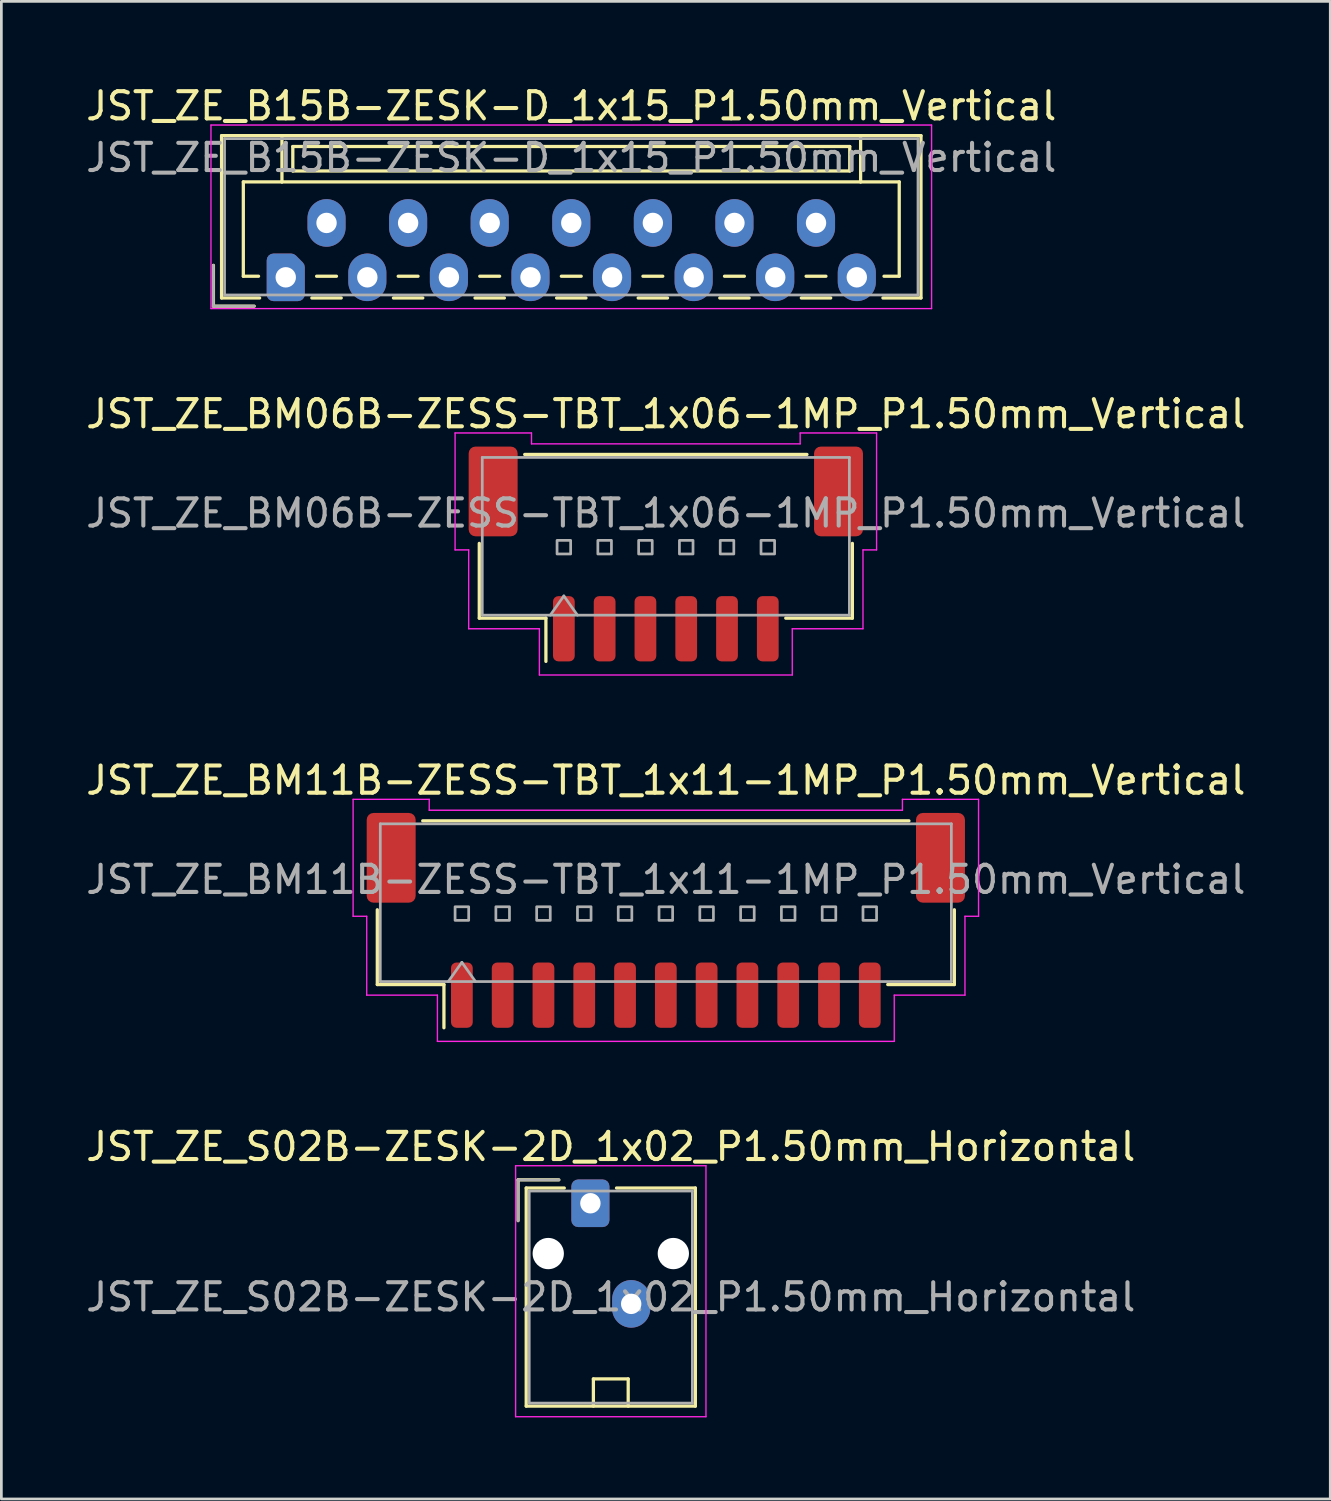
<source format=kicad_pcb>
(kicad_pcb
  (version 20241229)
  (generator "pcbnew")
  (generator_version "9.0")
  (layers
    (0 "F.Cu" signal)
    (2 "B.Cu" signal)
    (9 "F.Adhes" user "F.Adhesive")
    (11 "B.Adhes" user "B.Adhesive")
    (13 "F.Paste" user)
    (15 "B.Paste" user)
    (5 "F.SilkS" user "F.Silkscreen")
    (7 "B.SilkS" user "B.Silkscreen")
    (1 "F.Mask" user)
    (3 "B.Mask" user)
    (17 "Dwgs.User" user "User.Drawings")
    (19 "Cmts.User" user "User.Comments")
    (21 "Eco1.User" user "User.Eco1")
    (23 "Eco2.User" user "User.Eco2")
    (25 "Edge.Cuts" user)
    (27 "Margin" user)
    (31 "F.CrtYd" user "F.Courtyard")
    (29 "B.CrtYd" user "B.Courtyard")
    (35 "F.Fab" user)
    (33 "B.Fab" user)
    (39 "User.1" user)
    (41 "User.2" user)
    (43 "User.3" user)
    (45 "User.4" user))
  (footprint "JST_ZE_S02B-ZESK-2D_1x02_P1.50mm_Horizontal"
    (layer "F.Cu")
    (at 18.661 41.198)
    (property "Reference" "JST_ZE_S02B-ZESK-2D_1x02_P1.50mm_Horizontal" (at 0.75 -2.08 0) (layer "F.SilkS") (effects (font (size 1 1) (thickness 0.15))))
    (attr through_hole)
    (fp_line (start -2.66 -0.86) (end -1.16 -0.86) (stroke (width 0.12) (type solid)) (layer "F.SilkS"))
    (fp_line (start -2.66 0.64) (end -2.66 -0.86) (stroke (width 0.12) (type solid)) (layer "F.SilkS"))
    (fp_line (start -2.36 -0.56) (end -2.36 7.46) (stroke (width 0.12) (type solid)) (layer "F.SilkS"))
    (fp_line (start -2.36 7.46) (end 3.86 7.46) (stroke (width 0.12) (type solid)) (layer "F.SilkS"))
    (fp_line (start -0.96 -0.56) (end -2.36 -0.56) (stroke (width 0.12) (type solid)) (layer "F.SilkS"))
    (fp_line (start 0.11 6.46) (end 1.39 6.46) (stroke (width 0.12) (type solid)) (layer "F.SilkS"))
    (fp_line (start 0.11 7.46) (end 0.11 6.46) (stroke (width 0.12) (type solid)) (layer "F.SilkS"))
    (fp_line (start 1.39 6.46) (end 1.39 7.46) (stroke (width 0.12) (type solid)) (layer "F.SilkS"))
    (fp_line (start 3.86 -0.56) (end 0.96 -0.56) (stroke (width 0.12) (type solid)) (layer "F.SilkS"))
    (fp_line (start 3.86 7.46) (end 3.86 -0.56) (stroke (width 0.12) (type solid)) (layer "F.SilkS"))
    (fp_line (start -2.75 -1.38) (end -2.75 7.85) (stroke (width 0.05) (type solid)) (layer "F.CrtYd"))
    (fp_line (start -2.75 7.85) (end 4.25 7.85) (stroke (width 0.05) (type solid)) (layer "F.CrtYd"))
    (fp_line (start 4.25 -1.38) (end -2.75 -1.38) (stroke (width 0.05) (type solid)) (layer "F.CrtYd"))
    (fp_line (start 4.25 7.85) (end 4.25 -1.38) (stroke (width 0.05) (type solid)) (layer "F.CrtYd"))
    (fp_line (start -2.66 -0.86) (end -1.16 -0.86) (stroke (width 0.1) (type solid)) (layer "F.Fab"))
    (fp_line (start -2.66 0.64) (end -2.66 -0.86) (stroke (width 0.1) (type solid)) (layer "F.Fab"))
    (fp_line (start -2.25 -0.45) (end -2.25 7.35) (stroke (width 0.1) (type solid)) (layer "F.Fab"))
    (fp_line (start -2.25 7.35) (end 3.75 7.35) (stroke (width 0.1) (type solid)) (layer "F.Fab"))
    (fp_line (start 3.75 -0.45) (end -2.25 -0.45) (stroke (width 0.1) (type solid)) (layer "F.Fab"))
    (fp_line (start 3.75 7.35) (end 3.75 -0.45) (stroke (width 0.1) (type solid)) (layer "F.Fab"))
    (fp_text user "${REFERENCE}" (at 0.75 3.45 0) (layer "F.Fab") (effects (font (size 1 1) (thickness 0.15))))
    (pad "" np_thru_hole circle (at -1.55 1.85) (size 1.15 1.15) (drill 1.15) (layers "*.Cu" "*.Mask"))
    (pad "" np_thru_hole circle (at 3.05 1.85) (size 1.15 1.15) (drill 1.15) (layers "*.Cu" "*.Mask"))
    (pad "1" thru_hole roundrect (at 0 0) (size 1.4 1.75) (drill 0.75) (layers "*.Cu" "*.Mask") (roundrect_rratio 0.179))
    (pad "2" thru_hole oval (at 1.5 3.7) (size 1.4 1.75) (drill 0.75) (layers "*.Cu" "*.Mask")))
  (footprint "JST_ZE_B15B-ZESK-D_1x15_P1.50mm_Vertical"
    (layer "F.Cu")
    (at 7.458 7.148)
    (property "Reference" "JST_ZE_B15B-ZESK-D_1x15_P1.50mm_Vertical" (at 10.5 -6.3 0) (layer "F.SilkS") (effects (font (size 1 1) (thickness 0.15))))
    (attr through_hole)
    (fp_line (start -2.66 -0.44) (end -2.66 1.06) (stroke (width 0.12) (type solid)) (layer "F.SilkS"))
    (fp_line (start -2.66 1.06) (end -1.16 1.06) (stroke (width 0.12) (type solid)) (layer "F.SilkS"))
    (fp_line (start -2.36 -5.21) (end 23.36 -5.21) (stroke (width 0.12) (type solid)) (layer "F.SilkS"))
    (fp_line (start -2.36 0.76) (end -2.36 -5.21) (stroke (width 0.12) (type solid)) (layer "F.SilkS"))
    (fp_line (start -1.56 -3.51) (end -1.56 -0.04) (stroke (width 0.12) (type solid)) (layer "F.SilkS"))
    (fp_line (start -1.56 -0.04) (end -1 -0.04) (stroke (width 0.12) (type solid)) (layer "F.SilkS"))
    (fp_line (start -0.96 0.76) (end -2.36 0.76) (stroke (width 0.12) (type solid)) (layer "F.SilkS"))
    (fp_line (start -0.14 -5.21) (end -0.14 -3.51) (stroke (width 0.12) (type solid)) (layer "F.SilkS"))
    (fp_line (start -0.14 -3.51) (end -1.56 -3.51) (stroke (width 0.12) (type solid)) (layer "F.SilkS"))
    (fp_line (start -0.14 -3.51) (end 21.14 -3.51) (stroke (width 0.12) (type solid)) (layer "F.SilkS"))
    (fp_line (start 0.26 -4.81) (end 0.26 -3.91) (stroke (width 0.12) (type solid)) (layer "F.SilkS"))
    (fp_line (start 0.26 -3.91) (end 20.74 -3.91) (stroke (width 0.12) (type solid)) (layer "F.SilkS"))
    (fp_line (start 0.96 0.76) (end 2.04 0.76) (stroke (width 0.12) (type solid)) (layer "F.SilkS"))
    (fp_line (start 1.135 -0.04) (end 1.865 -0.04) (stroke (width 0.12) (type solid)) (layer "F.SilkS"))
    (fp_line (start 3.96 0.76) (end 5.04 0.76) (stroke (width 0.12) (type solid)) (layer "F.SilkS"))
    (fp_line (start 4.135 -0.04) (end 4.865 -0.04) (stroke (width 0.12) (type solid)) (layer "F.SilkS"))
    (fp_line (start 6.96 0.76) (end 8.04 0.76) (stroke (width 0.12) (type solid)) (layer "F.SilkS"))
    (fp_line (start 7.135 -0.04) (end 7.865 -0.04) (stroke (width 0.12) (type solid)) (layer "F.SilkS"))
    (fp_line (start 9.96 0.76) (end 11.04 0.76) (stroke (width 0.12) (type solid)) (layer "F.SilkS"))
    (fp_line (start 10.135 -0.04) (end 10.865 -0.04) (stroke (width 0.12) (type solid)) (layer "F.SilkS"))
    (fp_line (start 12.96 0.76) (end 14.04 0.76) (stroke (width 0.12) (type solid)) (layer "F.SilkS"))
    (fp_line (start 13.135 -0.04) (end 13.865 -0.04) (stroke (width 0.12) (type solid)) (layer "F.SilkS"))
    (fp_line (start 15.96 0.76) (end 17.04 0.76) (stroke (width 0.12) (type solid)) (layer "F.SilkS"))
    (fp_line (start 16.135 -0.04) (end 16.865 -0.04) (stroke (width 0.12) (type solid)) (layer "F.SilkS"))
    (fp_line (start 18.96 0.76) (end 20.04 0.76) (stroke (width 0.12) (type solid)) (layer "F.SilkS"))
    (fp_line (start 19.135 -0.04) (end 19.865 -0.04) (stroke (width 0.12) (type solid)) (layer "F.SilkS"))
    (fp_line (start 20.74 -4.81) (end 0.26 -4.81) (stroke (width 0.12) (type solid)) (layer "F.SilkS"))
    (fp_line (start 20.74 -3.91) (end 20.74 -4.81) (stroke (width 0.12) (type solid)) (layer "F.SilkS"))
    (fp_line (start 21.14 -5.21) (end -0.14 -5.21) (stroke (width 0.12) (type solid)) (layer "F.SilkS"))
    (fp_line (start 21.14 -3.51) (end 21.14 -5.21) (stroke (width 0.12) (type solid)) (layer "F.SilkS"))
    (fp_line (start 21.14 -3.51) (end 22.56 -3.51) (stroke (width 0.12) (type solid)) (layer "F.SilkS"))
    (fp_line (start 22.56 -3.51) (end 22.56 -0.04) (stroke (width 0.12) (type solid)) (layer "F.SilkS"))
    (fp_line (start 22.56 -0.04) (end 22 -0.04) (stroke (width 0.12) (type solid)) (layer "F.SilkS"))
    (fp_line (start 23.36 -5.21) (end 23.36 0.76) (stroke (width 0.12) (type solid)) (layer "F.SilkS"))
    (fp_line (start 23.36 0.76) (end 21.96 0.76) (stroke (width 0.12) (type solid)) (layer "F.SilkS"))
    (fp_line (start -2.75 -5.6) (end -2.75 1.15) (stroke (width 0.05) (type solid)) (layer "F.CrtYd"))
    (fp_line (start -2.75 1.15) (end 23.75 1.15) (stroke (width 0.05) (type solid)) (layer "F.CrtYd"))
    (fp_line (start 23.75 -5.6) (end -2.75 -5.6) (stroke (width 0.05) (type solid)) (layer "F.CrtYd"))
    (fp_line (start 23.75 1.15) (end 23.75 -5.6) (stroke (width 0.05) (type solid)) (layer "F.CrtYd"))
    (fp_line (start -2.66 -0.44) (end -2.66 1.06) (stroke (width 0.1) (type solid)) (layer "F.Fab"))
    (fp_line (start -2.66 1.06) (end -1.16 1.06) (stroke (width 0.1) (type solid)) (layer "F.Fab"))
    (fp_line (start -2.25 -5.1) (end -2.25 0.65) (stroke (width 0.1) (type solid)) (layer "F.Fab"))
    (fp_line (start -2.25 0.65) (end 23.25 0.65) (stroke (width 0.1) (type solid)) (layer "F.Fab"))
    (fp_line (start 23.25 -5.1) (end -2.25 -5.1) (stroke (width 0.1) (type solid)) (layer "F.Fab"))
    (fp_line (start 23.25 0.65) (end 23.25 -5.1) (stroke (width 0.1) (type solid)) (layer "F.Fab"))
    (fp_text user "${REFERENCE}" (at 10.5 -4.4 0) (layer "F.Fab") (effects (font (size 1 1) (thickness 0.15))))
    (pad "1" thru_hole custom (at 0 0) (size 1.117 1.117) (drill 0.75) (layers "*.Cu" "*.Mask") (options (anchor circle)) (primitives (gr_poly (pts (xy -0.45 -0.625) (xy 0.196 -0.625) (xy 0.45 -0.371) (xy 0.45 0.625) (xy -0.45 0.625)) (width 0.5) (fill yes))))
    (pad "2" thru_hole oval (at 1.5 -2) (size 1.4 1.75) (drill 0.75) (layers "*.Cu" "*.Mask"))
    (pad "3" thru_hole oval (at 3 0) (size 1.4 1.75) (drill 0.75) (layers "*.Cu" "*.Mask"))
    (pad "4" thru_hole oval (at 4.5 -2) (size 1.4 1.75) (drill 0.75) (layers "*.Cu" "*.Mask"))
    (pad "5" thru_hole oval (at 6 0) (size 1.4 1.75) (drill 0.75) (layers "*.Cu" "*.Mask"))
    (pad "6" thru_hole oval (at 7.5 -2) (size 1.4 1.75) (drill 0.75) (layers "*.Cu" "*.Mask"))
    (pad "7" thru_hole oval (at 9 0) (size 1.4 1.75) (drill 0.75) (layers "*.Cu" "*.Mask"))
    (pad "8" thru_hole oval (at 10.5 -2) (size 1.4 1.75) (drill 0.75) (layers "*.Cu" "*.Mask"))
    (pad "9" thru_hole oval (at 12 0) (size 1.4 1.75) (drill 0.75) (layers "*.Cu" "*.Mask"))
    (pad "10" thru_hole oval (at 13.5 -2) (size 1.4 1.75) (drill 0.75) (layers "*.Cu" "*.Mask"))
    (pad "11" thru_hole oval (at 15 0) (size 1.4 1.75) (drill 0.75) (layers "*.Cu" "*.Mask"))
    (pad "12" thru_hole oval (at 16.5 -2) (size 1.4 1.75) (drill 0.75) (layers "*.Cu" "*.Mask"))
    (pad "13" thru_hole oval (at 18 0) (size 1.4 1.75) (drill 0.75) (layers "*.Cu" "*.Mask"))
    (pad "14" thru_hole oval (at 19.5 -2) (size 1.4 1.75) (drill 0.75) (layers "*.Cu" "*.Mask"))
    (pad "15" thru_hole oval (at 21 0) (size 1.4 1.75) (drill 0.75) (layers "*.Cu" "*.Mask")))
  (footprint "JST_ZE_BM11B-ZESS-TBT_1x11-1MP_P1.50mm_Vertical"
    (layer "F.Cu")
    (at 21.435 30.795)
    (property "Reference" "JST_ZE_BM11B-ZESS-TBT_1x11-1MP_P1.50mm_Vertical" (at 0 -5.15 0) (layer "F.SilkS") (effects (font (size 1 1) (thickness 0.15))))
    (attr smd)
    (fp_line (start -10.61 -0.39) (end -10.61 2.36) (stroke (width 0.12) (type solid)) (layer "F.SilkS"))
    (fp_line (start -10.61 2.36) (end -8.16 2.36) (stroke (width 0.12) (type solid)) (layer "F.SilkS"))
    (fp_line (start -8.94 -3.66) (end 8.94 -3.66) (stroke (width 0.12) (type solid)) (layer "F.SilkS"))
    (fp_line (start -8.16 2.36) (end -8.16 3.95) (stroke (width 0.12) (type solid)) (layer "F.SilkS"))
    (fp_line (start 10.61 -0.39) (end 10.61 2.36) (stroke (width 0.12) (type solid)) (layer "F.SilkS"))
    (fp_line (start 10.61 2.36) (end 8.16 2.36) (stroke (width 0.12) (type solid)) (layer "F.SilkS"))
    (fp_line (start -11.5 -4.45) (end -8.7 -4.45) (stroke (width 0.05) (type solid)) (layer "F.CrtYd"))
    (fp_line (start -11.5 -0.15) (end -11.5 -4.45) (stroke (width 0.05) (type solid)) (layer "F.CrtYd"))
    (fp_line (start -11 -0.15) (end -11.5 -0.15) (stroke (width 0.05) (type solid)) (layer "F.CrtYd"))
    (fp_line (start -11 2.75) (end -11 -0.15) (stroke (width 0.05) (type solid)) (layer "F.CrtYd"))
    (fp_line (start -8.7 -4.45) (end -8.7 -4.05) (stroke (width 0.05) (type solid)) (layer "F.CrtYd"))
    (fp_line (start -8.7 -4.05) (end 8.7 -4.05) (stroke (width 0.05) (type solid)) (layer "F.CrtYd"))
    (fp_line (start -8.4 2.75) (end -11 2.75) (stroke (width 0.05) (type solid)) (layer "F.CrtYd"))
    (fp_line (start -8.4 4.45) (end -8.4 2.75) (stroke (width 0.05) (type solid)) (layer "F.CrtYd"))
    (fp_line (start 8.4 2.75) (end 8.4 4.45) (stroke (width 0.05) (type solid)) (layer "F.CrtYd"))
    (fp_line (start 8.4 4.45) (end -8.4 4.45) (stroke (width 0.05) (type solid)) (layer "F.CrtYd"))
    (fp_line (start 8.7 -4.45) (end 11.5 -4.45) (stroke (width 0.05) (type solid)) (layer "F.CrtYd"))
    (fp_line (start 8.7 -4.05) (end 8.7 -4.45) (stroke (width 0.05) (type solid)) (layer "F.CrtYd"))
    (fp_line (start 11 -0.15) (end 11 2.75) (stroke (width 0.05) (type solid)) (layer "F.CrtYd"))
    (fp_line (start 11 2.75) (end 8.4 2.75) (stroke (width 0.05) (type solid)) (layer "F.CrtYd"))
    (fp_line (start 11.5 -4.45) (end 11.5 -0.15) (stroke (width 0.05) (type solid)) (layer "F.CrtYd"))
    (fp_line (start 11.5 -0.15) (end 11 -0.15) (stroke (width 0.05) (type solid)) (layer "F.CrtYd"))
    (fp_line (start -10.5 -3.55) (end 10.5 -3.55) (stroke (width 0.1) (type solid)) (layer "F.Fab"))
    (fp_line (start -10.5 2.25) (end -10.5 -3.55) (stroke (width 0.1) (type solid)) (layer "F.Fab"))
    (fp_line (start -10.5 2.25) (end 10.5 2.25) (stroke (width 0.1) (type solid)) (layer "F.Fab"))
    (fp_line (start -8 2.25) (end -7.5 1.543) (stroke (width 0.1) (type solid)) (layer "F.Fab"))
    (fp_line (start -7.5 1.543) (end -7 2.25) (stroke (width 0.1) (type solid)) (layer "F.Fab"))
    (fp_line (start 10.5 2.25) (end 10.5 -3.55) (stroke (width 0.1) (type solid)) (layer "F.Fab"))
    (fp_rect (start -7.75 -0.5) (end -7.25 0) (stroke (width 0.1) (type solid)) (fill no) (layer "F.Fab"))
    (fp_rect (start -6.25 -0.5) (end -5.75 0) (stroke (width 0.1) (type solid)) (fill no) (layer "F.Fab"))
    (fp_rect (start -4.75 -0.5) (end -4.25 0) (stroke (width 0.1) (type solid)) (fill no) (layer "F.Fab"))
    (fp_rect (start -3.25 -0.5) (end -2.75 0) (stroke (width 0.1) (type solid)) (fill no) (layer "F.Fab"))
    (fp_rect (start -1.75 -0.5) (end -1.25 0) (stroke (width 0.1) (type solid)) (fill no) (layer "F.Fab"))
    (fp_rect (start -0.25 -0.5) (end 0.25 0) (stroke (width 0.1) (type solid)) (fill no) (layer "F.Fab"))
    (fp_rect (start 1.25 -0.5) (end 1.75 0) (stroke (width 0.1) (type solid)) (fill no) (layer "F.Fab"))
    (fp_rect (start 2.75 -0.5) (end 3.25 0) (stroke (width 0.1) (type solid)) (fill no) (layer "F.Fab"))
    (fp_rect (start 4.25 -0.5) (end 4.75 0) (stroke (width 0.1) (type solid)) (fill no) (layer "F.Fab"))
    (fp_rect (start 5.75 -0.5) (end 6.25 0) (stroke (width 0.1) (type solid)) (fill no) (layer "F.Fab"))
    (fp_rect (start 7.25 -0.5) (end 7.75 0) (stroke (width 0.1) (type solid)) (fill no) (layer "F.Fab"))
    (fp_text user "${REFERENCE}" (at 0 -1.5 0) (layer "F.Fab") (effects (font (size 1 1) (thickness 0.15))))
    (pad "1" smd roundrect (at -7.5 2.75) (size 0.8 2.4) (layers "F.Cu" "F.Mask" "F.Paste") (roundrect_rratio 0.25))
    (pad "2" smd roundrect (at -6 2.75) (size 0.8 2.4) (layers "F.Cu" "F.Mask" "F.Paste") (roundrect_rratio 0.25))
    (pad "3" smd roundrect (at -4.5 2.75) (size 0.8 2.4) (layers "F.Cu" "F.Mask" "F.Paste") (roundrect_rratio 0.25))
    (pad "4" smd roundrect (at -3 2.75) (size 0.8 2.4) (layers "F.Cu" "F.Mask" "F.Paste") (roundrect_rratio 0.25))
    (pad "5" smd roundrect (at -1.5 2.75) (size 0.8 2.4) (layers "F.Cu" "F.Mask" "F.Paste") (roundrect_rratio 0.25))
    (pad "6" smd roundrect (at 0 2.75) (size 0.8 2.4) (layers "F.Cu" "F.Mask" "F.Paste") (roundrect_rratio 0.25))
    (pad "7" smd roundrect (at 1.5 2.75) (size 0.8 2.4) (layers "F.Cu" "F.Mask" "F.Paste") (roundrect_rratio 0.25))
    (pad "8" smd roundrect (at 3 2.75) (size 0.8 2.4) (layers "F.Cu" "F.Mask" "F.Paste") (roundrect_rratio 0.25))
    (pad "9" smd roundrect (at 4.5 2.75) (size 0.8 2.4) (layers "F.Cu" "F.Mask" "F.Paste") (roundrect_rratio 0.25))
    (pad "10" smd roundrect (at 6 2.75) (size 0.8 2.4) (layers "F.Cu" "F.Mask" "F.Paste") (roundrect_rratio 0.25))
    (pad "11" smd roundrect (at 7.5 2.75) (size 0.8 2.4) (layers "F.Cu" "F.Mask" "F.Paste") (roundrect_rratio 0.25))
    (pad "MP" smd roundrect (at -10.1 -2.3) (size 1.8 3.3) (layers "F.Cu" "F.Mask" "F.Paste") (roundrect_rratio 0.139))
    (pad "MP" smd roundrect (at 10.1 -2.3) (size 1.8 3.3) (layers "F.Cu" "F.Mask" "F.Paste") (roundrect_rratio 0.139)))
  (footprint "JST_ZE_BM06B-ZESS-TBT_1x06-1MP_P1.50mm_Vertical"
    (layer "F.Cu")
    (at 21.435 17.322)
    (property "Reference" "JST_ZE_BM06B-ZESS-TBT_1x06-1MP_P1.50mm_Vertical" (at 0 -5.15 0) (layer "F.SilkS") (effects (font (size 1 1) (thickness 0.15))))
    (attr smd)
    (fp_line (start -6.86 -0.39) (end -6.86 2.36) (stroke (width 0.12) (type solid)) (layer "F.SilkS"))
    (fp_line (start -6.86 2.36) (end -4.41 2.36) (stroke (width 0.12) (type solid)) (layer "F.SilkS"))
    (fp_line (start -5.19 -3.66) (end 5.19 -3.66) (stroke (width 0.12) (type solid)) (layer "F.SilkS"))
    (fp_line (start -4.41 2.36) (end -4.41 3.95) (stroke (width 0.12) (type solid)) (layer "F.SilkS"))
    (fp_line (start 6.86 -0.39) (end 6.86 2.36) (stroke (width 0.12) (type solid)) (layer "F.SilkS"))
    (fp_line (start 6.86 2.36) (end 4.41 2.36) (stroke (width 0.12) (type solid)) (layer "F.SilkS"))
    (fp_line (start -7.75 -4.45) (end -4.94 -4.45) (stroke (width 0.05) (type solid)) (layer "F.CrtYd"))
    (fp_line (start -7.75 -0.15) (end -7.75 -4.45) (stroke (width 0.05) (type solid)) (layer "F.CrtYd"))
    (fp_line (start -7.25 -0.15) (end -7.75 -0.15) (stroke (width 0.05) (type solid)) (layer "F.CrtYd"))
    (fp_line (start -7.25 2.75) (end -7.25 -0.15) (stroke (width 0.05) (type solid)) (layer "F.CrtYd"))
    (fp_line (start -4.94 -4.45) (end -4.94 -4.05) (stroke (width 0.05) (type solid)) (layer "F.CrtYd"))
    (fp_line (start -4.94 -4.05) (end 4.94 -4.05) (stroke (width 0.05) (type solid)) (layer "F.CrtYd"))
    (fp_line (start -4.65 2.75) (end -7.25 2.75) (stroke (width 0.05) (type solid)) (layer "F.CrtYd"))
    (fp_line (start -4.65 4.45) (end -4.65 2.75) (stroke (width 0.05) (type solid)) (layer "F.CrtYd"))
    (fp_line (start 4.65 2.75) (end 4.65 4.45) (stroke (width 0.05) (type solid)) (layer "F.CrtYd"))
    (fp_line (start 4.65 4.45) (end -4.65 4.45) (stroke (width 0.05) (type solid)) (layer "F.CrtYd"))
    (fp_line (start 4.94 -4.45) (end 7.75 -4.45) (stroke (width 0.05) (type solid)) (layer "F.CrtYd"))
    (fp_line (start 4.94 -4.05) (end 4.94 -4.45) (stroke (width 0.05) (type solid)) (layer "F.CrtYd"))
    (fp_line (start 7.25 -0.15) (end 7.25 2.75) (stroke (width 0.05) (type solid)) (layer "F.CrtYd"))
    (fp_line (start 7.25 2.75) (end 4.65 2.75) (stroke (width 0.05) (type solid)) (layer "F.CrtYd"))
    (fp_line (start 7.75 -4.45) (end 7.75 -0.15) (stroke (width 0.05) (type solid)) (layer "F.CrtYd"))
    (fp_line (start 7.75 -0.15) (end 7.25 -0.15) (stroke (width 0.05) (type solid)) (layer "F.CrtYd"))
    (fp_line (start -6.75 -3.55) (end 6.75 -3.55) (stroke (width 0.1) (type solid)) (layer "F.Fab"))
    (fp_line (start -6.75 2.25) (end -6.75 -3.55) (stroke (width 0.1) (type solid)) (layer "F.Fab"))
    (fp_line (start -6.75 2.25) (end 6.75 2.25) (stroke (width 0.1) (type solid)) (layer "F.Fab"))
    (fp_line (start -4.25 2.25) (end -3.75 1.543) (stroke (width 0.1) (type solid)) (layer "F.Fab"))
    (fp_line (start -3.75 1.543) (end -3.25 2.25) (stroke (width 0.1) (type solid)) (layer "F.Fab"))
    (fp_line (start 6.75 2.25) (end 6.75 -3.55) (stroke (width 0.1) (type solid)) (layer "F.Fab"))
    (fp_rect (start -4 -0.5) (end -3.5 0) (stroke (width 0.1) (type solid)) (fill no) (layer "F.Fab"))
    (fp_rect (start -2.5 -0.5) (end -2 0) (stroke (width 0.1) (type solid)) (fill no) (layer "F.Fab"))
    (fp_rect (start -1 -0.5) (end -0.5 0) (stroke (width 0.1) (type solid)) (fill no) (layer "F.Fab"))
    (fp_rect (start 0.5 -0.5) (end 1 0) (stroke (width 0.1) (type solid)) (fill no) (layer "F.Fab"))
    (fp_rect (start 2 -0.5) (end 2.5 0) (stroke (width 0.1) (type solid)) (fill no) (layer "F.Fab"))
    (fp_rect (start 3.5 -0.5) (end 4 0) (stroke (width 0.1) (type solid)) (fill no) (layer "F.Fab"))
    (fp_text user "${REFERENCE}" (at 0 -1.5 0) (layer "F.Fab") (effects (font (size 1 1) (thickness 0.15))))
    (pad "1" smd roundrect (at -3.75 2.75) (size 0.8 2.4) (layers "F.Cu" "F.Mask" "F.Paste") (roundrect_rratio 0.25))
    (pad "2" smd roundrect (at -2.25 2.75) (size 0.8 2.4) (layers "F.Cu" "F.Mask" "F.Paste") (roundrect_rratio 0.25))
    (pad "3" smd roundrect (at -0.75 2.75) (size 0.8 2.4) (layers "F.Cu" "F.Mask" "F.Paste") (roundrect_rratio 0.25))
    (pad "4" smd roundrect (at 0.75 2.75) (size 0.8 2.4) (layers "F.Cu" "F.Mask" "F.Paste") (roundrect_rratio 0.25))
    (pad "5" smd roundrect (at 2.25 2.75) (size 0.8 2.4) (layers "F.Cu" "F.Mask" "F.Paste") (roundrect_rratio 0.25))
    (pad "6" smd roundrect (at 3.75 2.75) (size 0.8 2.4) (layers "F.Cu" "F.Mask" "F.Paste") (roundrect_rratio 0.25))
    (pad "MP" smd roundrect (at -6.35 -2.3) (size 1.8 3.3) (layers "F.Cu" "F.Mask" "F.Paste") (roundrect_rratio 0.139))
    (pad "MP" smd roundrect (at 6.35 -2.3) (size 1.8 3.3) (layers "F.Cu" "F.Mask" "F.Paste") (roundrect_rratio 0.139)))
  (gr_rect
    (start -3 -3)
    (end 45.869 52.073)
    (stroke (width 0.1) (type default))
    (fill no)
    (layer "Edge.Cuts")))
</source>
